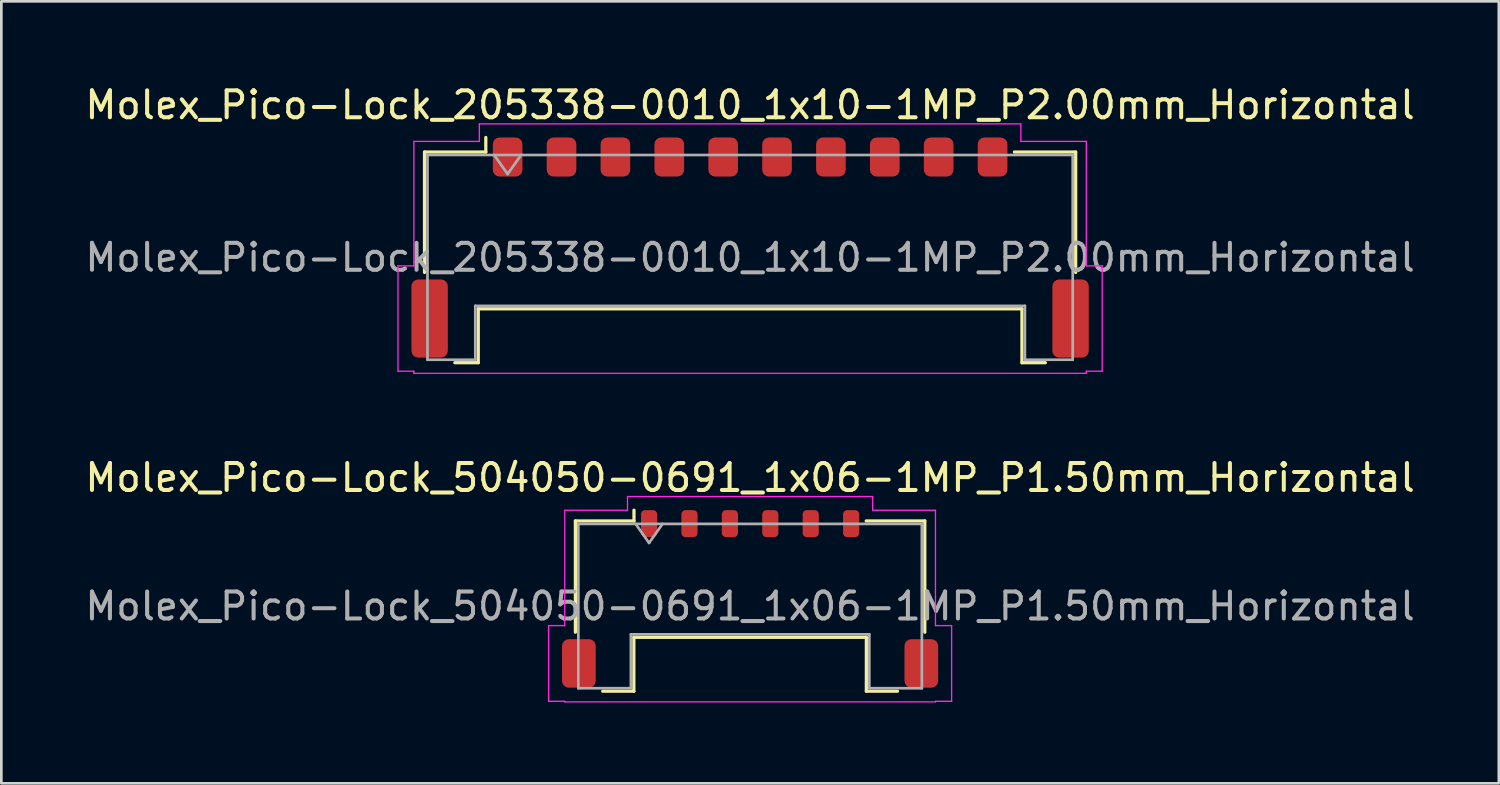
<source format=kicad_pcb>
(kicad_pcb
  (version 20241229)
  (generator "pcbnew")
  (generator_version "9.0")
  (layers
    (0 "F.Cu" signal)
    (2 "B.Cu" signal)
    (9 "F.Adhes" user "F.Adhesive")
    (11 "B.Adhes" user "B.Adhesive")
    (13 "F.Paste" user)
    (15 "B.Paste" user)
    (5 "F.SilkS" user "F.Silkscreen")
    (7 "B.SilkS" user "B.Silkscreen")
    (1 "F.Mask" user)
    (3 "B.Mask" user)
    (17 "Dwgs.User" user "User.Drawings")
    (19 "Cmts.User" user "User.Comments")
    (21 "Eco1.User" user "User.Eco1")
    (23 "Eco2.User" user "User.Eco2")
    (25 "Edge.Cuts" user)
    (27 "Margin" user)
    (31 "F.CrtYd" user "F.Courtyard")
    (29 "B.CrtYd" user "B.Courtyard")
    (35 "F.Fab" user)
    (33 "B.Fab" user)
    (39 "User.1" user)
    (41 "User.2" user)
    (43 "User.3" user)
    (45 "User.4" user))
  (footprint "Molex_Pico-Lock_504050-0691_1x06-1MP_P1.50mm_Horizontal"
    (layer "F.Cu")
    (at 24.792 19.181)
    (property "Reference" "Molex_Pico-Lock_504050-0691_1x06-1MP_P1.50mm_Horizontal" (at 0 -4.5 0) (layer "F.SilkS") (effects (font (size 1 1) (thickness 0.15))))
    (attr smd)
    (fp_line (start -6.485 -2.895) (end -4.31 -2.895) (stroke (width 0.12) (type solid)) (layer "F.SilkS"))
    (fp_line (start -6.485 1.235) (end -6.485 -2.895) (stroke (width 0.12) (type solid)) (layer "F.SilkS"))
    (fp_line (start -5.47 3.425) (end -4.315 3.425) (stroke (width 0.12) (type solid)) (layer "F.SilkS"))
    (fp_line (start -4.315 1.425) (end 4.315 1.425) (stroke (width 0.12) (type solid)) (layer "F.SilkS"))
    (fp_line (start -4.315 3.425) (end -4.315 1.425) (stroke (width 0.12) (type solid)) (layer "F.SilkS"))
    (fp_line (start -4.31 -2.895) (end -4.31 -3.295) (stroke (width 0.12) (type solid)) (layer "F.SilkS"))
    (fp_line (start 4.315 1.425) (end 4.315 3.425) (stroke (width 0.12) (type solid)) (layer "F.SilkS"))
    (fp_line (start 4.315 3.425) (end 5.47 3.425) (stroke (width 0.12) (type solid)) (layer "F.SilkS"))
    (fp_line (start 6.485 -2.895) (end 4.31 -2.895) (stroke (width 0.12) (type solid)) (layer "F.SilkS"))
    (fp_line (start 6.485 1.235) (end 6.485 -2.895) (stroke (width 0.12) (type solid)) (layer "F.SilkS"))
    (fp_line (start -7.48 0.99) (end -6.88 0.99) (stroke (width 0.05) (type solid)) (layer "F.CrtYd"))
    (fp_line (start -7.48 3.8) (end -7.48 0.99) (stroke (width 0.05) (type solid)) (layer "F.CrtYd"))
    (fp_line (start -6.88 -3.29) (end -4.55 -3.29) (stroke (width 0.05) (type solid)) (layer "F.CrtYd"))
    (fp_line (start -6.88 0.99) (end -6.88 -3.29) (stroke (width 0.05) (type solid)) (layer "F.CrtYd"))
    (fp_line (start -6.88 3.8) (end -7.48 3.8) (stroke (width 0.05) (type solid)) (layer "F.CrtYd"))
    (fp_line (start -6.88 3.82) (end -6.88 3.8) (stroke (width 0.05) (type solid)) (layer "F.CrtYd"))
    (fp_line (start -4.55 -3.8) (end 4.55 -3.8) (stroke (width 0.05) (type solid)) (layer "F.CrtYd"))
    (fp_line (start -4.55 -3.29) (end -4.55 -3.8) (stroke (width 0.05) (type solid)) (layer "F.CrtYd"))
    (fp_line (start 4.55 -3.8) (end 4.55 -3.29) (stroke (width 0.05) (type solid)) (layer "F.CrtYd"))
    (fp_line (start 4.55 -3.29) (end 6.88 -3.29) (stroke (width 0.05) (type solid)) (layer "F.CrtYd"))
    (fp_line (start 6.88 -3.29) (end 6.88 0.99) (stroke (width 0.05) (type solid)) (layer "F.CrtYd"))
    (fp_line (start 6.88 0.99) (end 7.48 0.99) (stroke (width 0.05) (type solid)) (layer "F.CrtYd"))
    (fp_line (start 6.88 3.8) (end 6.88 3.82) (stroke (width 0.05) (type solid)) (layer "F.CrtYd"))
    (fp_line (start 6.88 3.82) (end -6.88 3.82) (stroke (width 0.05) (type solid)) (layer "F.CrtYd"))
    (fp_line (start 7.48 0.99) (end 7.48 3.8) (stroke (width 0.05) (type solid)) (layer "F.CrtYd"))
    (fp_line (start 7.48 3.8) (end 6.88 3.8) (stroke (width 0.05) (type solid)) (layer "F.CrtYd"))
    (fp_line (start -6.375 -2.785) (end -6.375 3.315) (stroke (width 0.1) (type solid)) (layer "F.Fab"))
    (fp_line (start -6.375 -2.785) (end 6.375 -2.785) (stroke (width 0.1) (type solid)) (layer "F.Fab"))
    (fp_line (start -6.375 3.315) (end -4.425 3.315) (stroke (width 0.1) (type solid)) (layer "F.Fab"))
    (fp_line (start -4.425 1.315) (end 4.425 1.315) (stroke (width 0.1) (type solid)) (layer "F.Fab"))
    (fp_line (start -4.425 3.315) (end -4.425 1.315) (stroke (width 0.1) (type solid)) (layer "F.Fab"))
    (fp_line (start -4.25 -2.785) (end -3.75 -2.078) (stroke (width 0.1) (type solid)) (layer "F.Fab"))
    (fp_line (start -3.75 -2.078) (end -3.25 -2.785) (stroke (width 0.1) (type solid)) (layer "F.Fab"))
    (fp_line (start 4.425 1.315) (end 4.425 3.315) (stroke (width 0.1) (type solid)) (layer "F.Fab"))
    (fp_line (start 4.425 3.315) (end 6.375 3.315) (stroke (width 0.1) (type solid)) (layer "F.Fab"))
    (fp_line (start 6.375 -2.785) (end 6.375 3.315) (stroke (width 0.1) (type solid)) (layer "F.Fab"))
    (fp_text user "${REFERENCE}" (at 0 0.27 0) (layer "F.Fab") (effects (font (size 1 1) (thickness 0.15))))
    (pad "1" smd roundrect (at -3.75 -2.795) (size 0.6 1) (layers "F.Cu" "F.Mask" "F.Paste") (roundrect_rratio 0.25))
    (pad "2" smd roundrect (at -2.25 -2.795) (size 0.6 1) (layers "F.Cu" "F.Mask" "F.Paste") (roundrect_rratio 0.25))
    (pad "3" smd roundrect (at -0.75 -2.795) (size 0.6 1) (layers "F.Cu" "F.Mask" "F.Paste") (roundrect_rratio 0.25))
    (pad "4" smd roundrect (at 0.75 -2.795) (size 0.6 1) (layers "F.Cu" "F.Mask" "F.Paste") (roundrect_rratio 0.25))
    (pad "5" smd roundrect (at 2.25 -2.795) (size 0.6 1) (layers "F.Cu" "F.Mask" "F.Paste") (roundrect_rratio 0.25))
    (pad "6" smd roundrect (at 3.75 -2.795) (size 0.6 1) (layers "F.Cu" "F.Mask" "F.Paste") (roundrect_rratio 0.25))
    (pad "MP" smd roundrect (at -6.355 2.395) (size 1.25 1.8) (layers "F.Cu" "F.Mask" "F.Paste") (roundrect_rratio 0.2))
    (pad "MP" smd roundrect (at 6.355 2.395) (size 1.25 1.8) (layers "F.Cu" "F.Mask" "F.Paste") (roundrect_rratio 0.2)))
  (footprint "Molex_Pico-Lock_205338-0010_1x10-1MP_P2.00mm_Horizontal"
    (layer "F.Cu")
    (at 24.792 6.138)
    (property "Reference" "Molex_Pico-Lock_205338-0010_1x10-1MP_P2.00mm_Horizontal" (at 0 -5.29 0) (layer "F.SilkS") (effects (font (size 1 1) (thickness 0.15))))
    (attr smd)
    (fp_line (start -12.085 -3.545) (end -9.81 -3.545) (stroke (width 0.12) (type solid)) (layer "F.SilkS"))
    (fp_line (start -12.085 0.925) (end -12.085 -3.545) (stroke (width 0.12) (type solid)) (layer "F.SilkS"))
    (fp_line (start -10.96 4.275) (end -10.09 4.275) (stroke (width 0.12) (type solid)) (layer "F.SilkS"))
    (fp_line (start -10.09 2.275) (end 10.09 2.275) (stroke (width 0.12) (type solid)) (layer "F.SilkS"))
    (fp_line (start -10.09 4.275) (end -10.09 2.275) (stroke (width 0.12) (type solid)) (layer "F.SilkS"))
    (fp_line (start -9.81 -3.545) (end -9.81 -4.085) (stroke (width 0.12) (type solid)) (layer "F.SilkS"))
    (fp_line (start 10.09 2.275) (end 10.09 4.275) (stroke (width 0.12) (type solid)) (layer "F.SilkS"))
    (fp_line (start 10.09 4.275) (end 10.96 4.275) (stroke (width 0.12) (type solid)) (layer "F.SilkS"))
    (fp_line (start 12.085 -3.545) (end 9.81 -3.545) (stroke (width 0.12) (type solid)) (layer "F.SilkS"))
    (fp_line (start 12.085 0.925) (end 12.085 -3.545) (stroke (width 0.12) (type solid)) (layer "F.SilkS"))
    (fp_line (start -13.07 0.68) (end -12.48 0.68) (stroke (width 0.05) (type solid)) (layer "F.CrtYd"))
    (fp_line (start -13.07 4.59) (end -13.07 0.68) (stroke (width 0.05) (type solid)) (layer "F.CrtYd"))
    (fp_line (start -12.48 -3.94) (end -10.05 -3.94) (stroke (width 0.05) (type solid)) (layer "F.CrtYd"))
    (fp_line (start -12.48 0.68) (end -12.48 -3.94) (stroke (width 0.05) (type solid)) (layer "F.CrtYd"))
    (fp_line (start -12.48 4.59) (end -13.07 4.59) (stroke (width 0.05) (type solid)) (layer "F.CrtYd"))
    (fp_line (start -12.48 4.67) (end -12.48 4.59) (stroke (width 0.05) (type solid)) (layer "F.CrtYd"))
    (fp_line (start -10.05 -4.59) (end 10.05 -4.59) (stroke (width 0.05) (type solid)) (layer "F.CrtYd"))
    (fp_line (start -10.05 -3.94) (end -10.05 -4.59) (stroke (width 0.05) (type solid)) (layer "F.CrtYd"))
    (fp_line (start 10.05 -4.59) (end 10.05 -3.94) (stroke (width 0.05) (type solid)) (layer "F.CrtYd"))
    (fp_line (start 10.05 -3.94) (end 12.48 -3.94) (stroke (width 0.05) (type solid)) (layer "F.CrtYd"))
    (fp_line (start 12.48 -3.94) (end 12.48 0.68) (stroke (width 0.05) (type solid)) (layer "F.CrtYd"))
    (fp_line (start 12.48 0.68) (end 13.07 0.68) (stroke (width 0.05) (type solid)) (layer "F.CrtYd"))
    (fp_line (start 12.48 4.59) (end 12.48 4.67) (stroke (width 0.05) (type solid)) (layer "F.CrtYd"))
    (fp_line (start 12.48 4.67) (end -12.48 4.67) (stroke (width 0.05) (type solid)) (layer "F.CrtYd"))
    (fp_line (start 13.07 0.68) (end 13.07 4.59) (stroke (width 0.05) (type solid)) (layer "F.CrtYd"))
    (fp_line (start 13.07 4.59) (end 12.48 4.59) (stroke (width 0.05) (type solid)) (layer "F.CrtYd"))
    (fp_line (start -11.975 -3.435) (end -11.975 4.165) (stroke (width 0.1) (type solid)) (layer "F.Fab"))
    (fp_line (start -11.975 -3.435) (end 11.975 -3.435) (stroke (width 0.1) (type solid)) (layer "F.Fab"))
    (fp_line (start -11.975 4.165) (end -10.2 4.165) (stroke (width 0.1) (type solid)) (layer "F.Fab"))
    (fp_line (start -10.2 2.165) (end 10.2 2.165) (stroke (width 0.1) (type solid)) (layer "F.Fab"))
    (fp_line (start -10.2 4.165) (end -10.2 2.165) (stroke (width 0.1) (type solid)) (layer "F.Fab"))
    (fp_line (start -9.5 -3.435) (end -9 -2.728) (stroke (width 0.1) (type solid)) (layer "F.Fab"))
    (fp_line (start -9 -2.728) (end -8.5 -3.435) (stroke (width 0.1) (type solid)) (layer "F.Fab"))
    (fp_line (start 10.2 2.165) (end 10.2 4.165) (stroke (width 0.1) (type solid)) (layer "F.Fab"))
    (fp_line (start 10.2 4.165) (end 11.975 4.165) (stroke (width 0.1) (type solid)) (layer "F.Fab"))
    (fp_line (start 11.975 -3.435) (end 11.975 4.165) (stroke (width 0.1) (type solid)) (layer "F.Fab"))
    (fp_text user "${REFERENCE}" (at 0 0.37 0) (layer "F.Fab") (effects (font (size 1 1) (thickness 0.15))))
    (pad "1" smd roundrect (at -9 -3.36) (size 1.1 1.45) (layers "F.Cu" "F.Mask" "F.Paste") (roundrect_rratio 0.227))
    (pad "2" smd roundrect (at -7 -3.36) (size 1.1 1.45) (layers "F.Cu" "F.Mask" "F.Paste") (roundrect_rratio 0.227))
    (pad "3" smd roundrect (at -5 -3.36) (size 1.1 1.45) (layers "F.Cu" "F.Mask" "F.Paste") (roundrect_rratio 0.227))
    (pad "4" smd roundrect (at -3 -3.36) (size 1.1 1.45) (layers "F.Cu" "F.Mask" "F.Paste") (roundrect_rratio 0.227))
    (pad "5" smd roundrect (at -1 -3.36) (size 1.1 1.45) (layers "F.Cu" "F.Mask" "F.Paste") (roundrect_rratio 0.227))
    (pad "6" smd roundrect (at 1 -3.36) (size 1.1 1.45) (layers "F.Cu" "F.Mask" "F.Paste") (roundrect_rratio 0.227))
    (pad "7" smd roundrect (at 3 -3.36) (size 1.1 1.45) (layers "F.Cu" "F.Mask" "F.Paste") (roundrect_rratio 0.227))
    (pad "8" smd roundrect (at 5 -3.36) (size 1.1 1.45) (layers "F.Cu" "F.Mask" "F.Paste") (roundrect_rratio 0.227))
    (pad "9" smd roundrect (at 7 -3.36) (size 1.1 1.45) (layers "F.Cu" "F.Mask" "F.Paste") (roundrect_rratio 0.227))
    (pad "10" smd roundrect (at 9 -3.36) (size 1.1 1.45) (layers "F.Cu" "F.Mask" "F.Paste") (roundrect_rratio 0.227))
    (pad "MP" smd roundrect (at -11.895 2.635) (size 1.35 2.9) (layers "F.Cu" "F.Mask" "F.Paste") (roundrect_rratio 0.185))
    (pad "MP" smd roundrect (at 11.895 2.635) (size 1.35 2.9) (layers "F.Cu" "F.Mask" "F.Paste") (roundrect_rratio 0.185)))
  (gr_rect
    (start -3 -3)
    (end 52.583 26.026)
    (stroke (width 0.1) (type default))
    (fill no)
    (layer "Edge.Cuts")))
</source>
